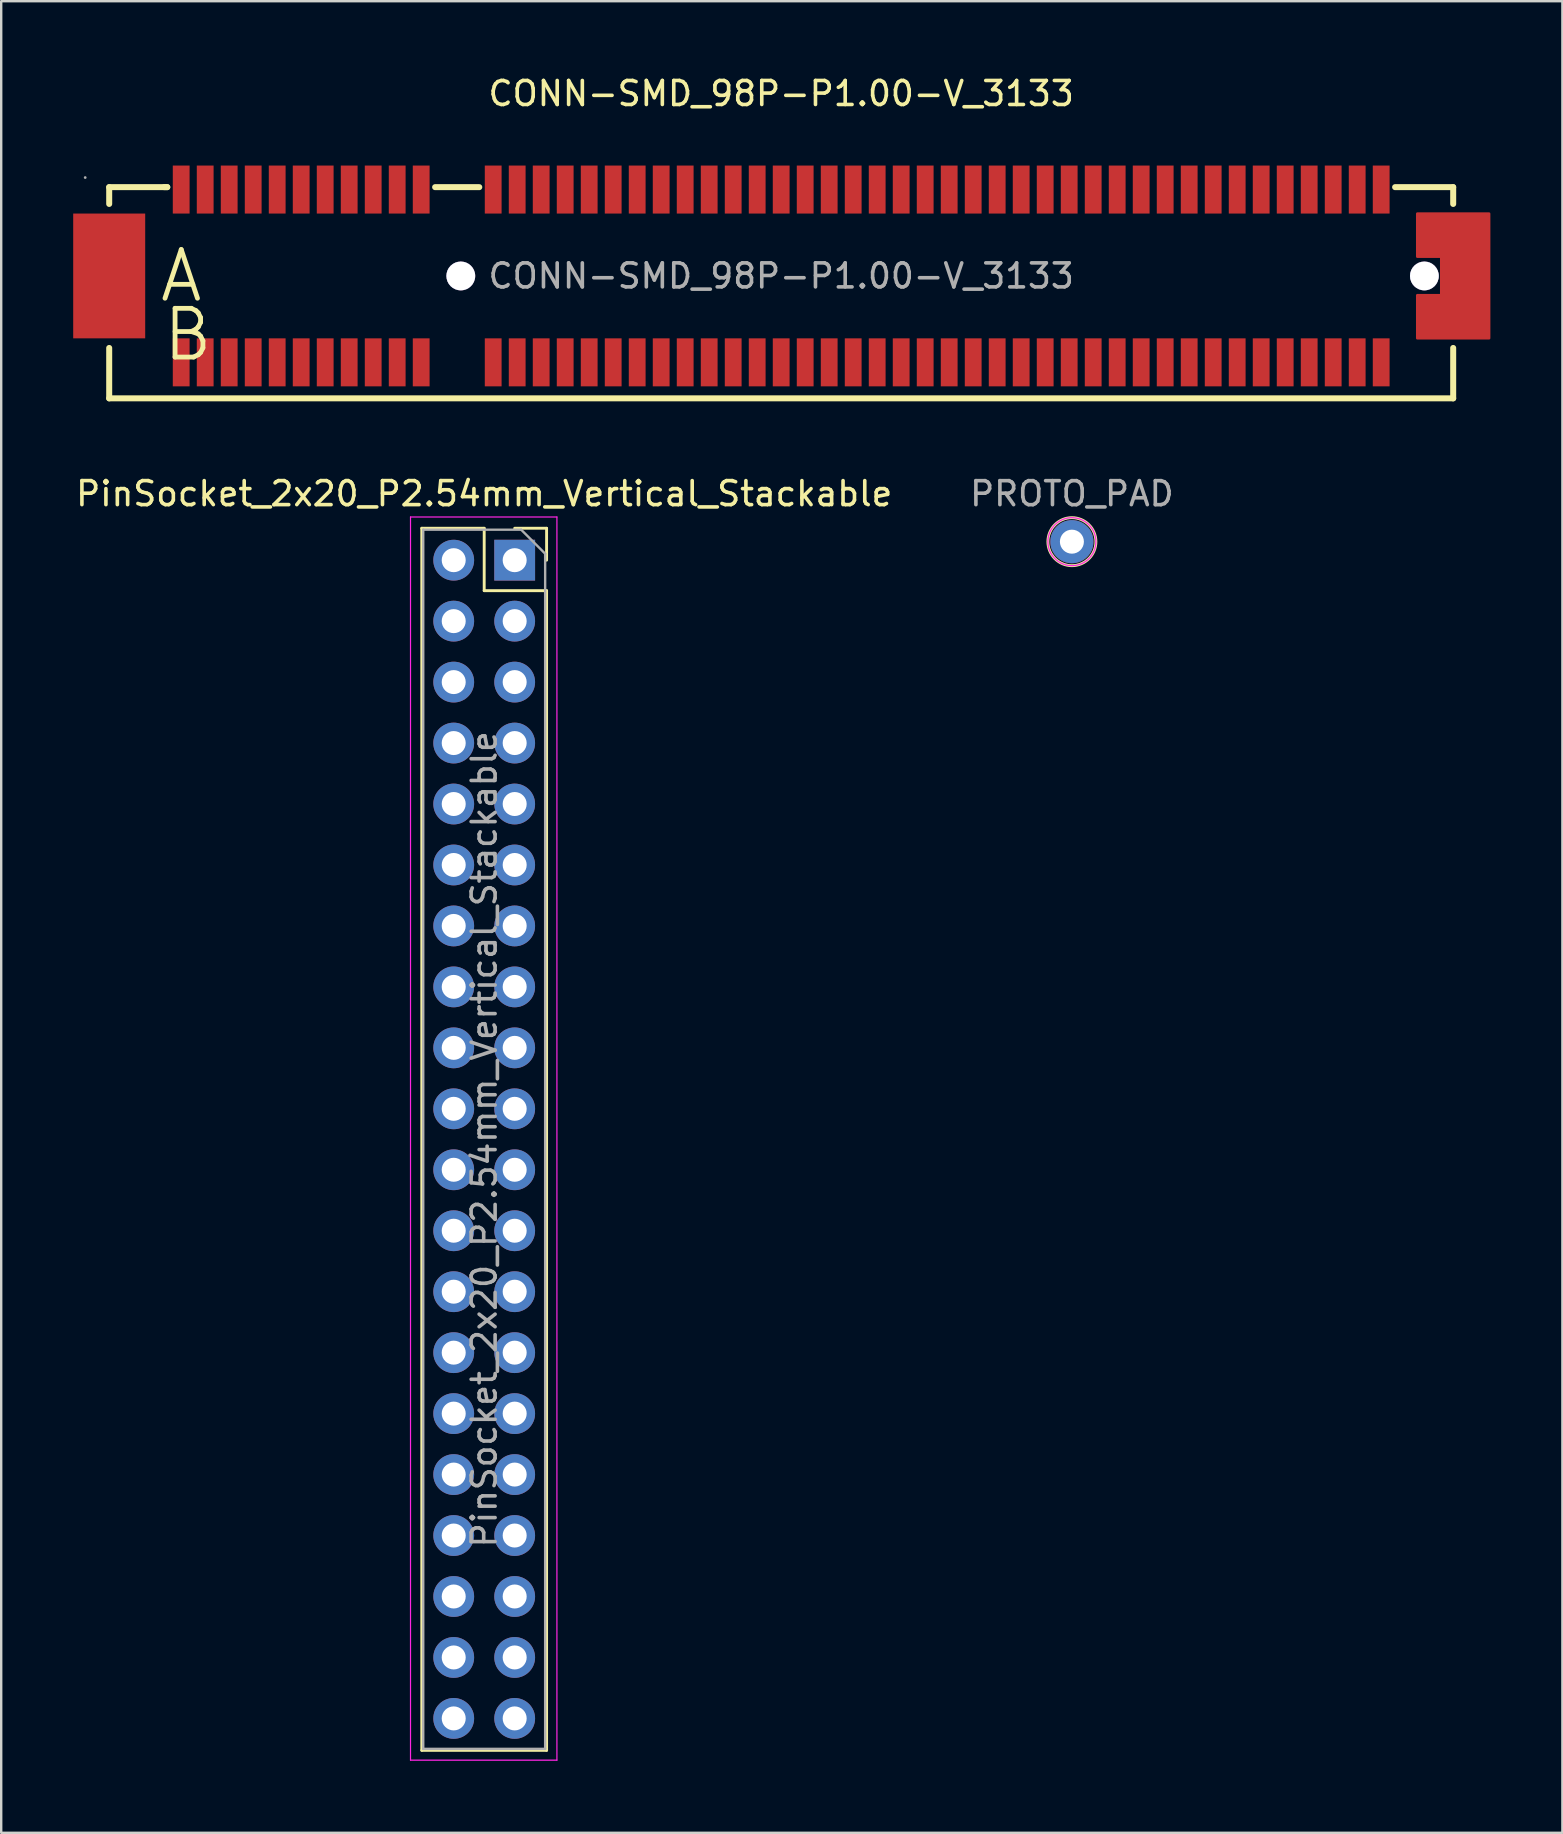
<source format=kicad_pcb>
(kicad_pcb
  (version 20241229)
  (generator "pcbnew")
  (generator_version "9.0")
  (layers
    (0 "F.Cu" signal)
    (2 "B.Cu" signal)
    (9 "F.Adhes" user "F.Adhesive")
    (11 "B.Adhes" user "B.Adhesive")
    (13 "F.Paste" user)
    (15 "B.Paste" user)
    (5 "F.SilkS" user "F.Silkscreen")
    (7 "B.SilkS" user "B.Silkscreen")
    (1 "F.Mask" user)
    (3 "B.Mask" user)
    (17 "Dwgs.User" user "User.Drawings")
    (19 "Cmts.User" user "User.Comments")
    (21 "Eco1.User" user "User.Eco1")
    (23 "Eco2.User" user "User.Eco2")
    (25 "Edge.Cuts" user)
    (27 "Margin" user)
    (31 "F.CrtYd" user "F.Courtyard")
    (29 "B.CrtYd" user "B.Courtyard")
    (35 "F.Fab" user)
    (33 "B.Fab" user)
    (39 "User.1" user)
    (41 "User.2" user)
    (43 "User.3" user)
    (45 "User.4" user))
  (footprint "PinSocket_2x20_P2.54mm_Vertical_Stackable"
    (layer "F.Cu")
    (at 18.395 20.291)
    (property "Reference" "PinSocket_2x20_P2.54mm_Vertical_Stackable" (at -1.27 -2.77 0) (layer "F.SilkS") (effects (font (size 1 1) (thickness 0.15))))
    (attr through_hole)
    (fp_line (start -3.87 -1.33) (end -3.87 49.59) (stroke (width 0.12) (type solid)) (layer "F.SilkS"))
    (fp_line (start -3.87 -1.33) (end -1.27 -1.33) (stroke (width 0.12) (type solid)) (layer "F.SilkS"))
    (fp_line (start -3.87 49.59) (end 1.33 49.59) (stroke (width 0.12) (type solid)) (layer "F.SilkS"))
    (fp_line (start -1.27 -1.33) (end -1.27 1.27) (stroke (width 0.12) (type solid)) (layer "F.SilkS"))
    (fp_line (start -1.27 1.27) (end 1.33 1.27) (stroke (width 0.12) (type solid)) (layer "F.SilkS"))
    (fp_line (start 0 -1.33) (end 1.33 -1.33) (stroke (width 0.12) (type solid)) (layer "F.SilkS"))
    (fp_line (start 1.33 -1.33) (end 1.33 0) (stroke (width 0.12) (type solid)) (layer "F.SilkS"))
    (fp_line (start 1.33 1.27) (end 1.33 49.59) (stroke (width 0.12) (type solid)) (layer "F.SilkS"))
    (fp_line (start -4.34 -1.8) (end 1.76 -1.8) (stroke (width 0.05) (type solid)) (layer "F.CrtYd"))
    (fp_line (start -4.34 50) (end -4.34 -1.8) (stroke (width 0.05) (type solid)) (layer "F.CrtYd"))
    (fp_line (start 1.76 -1.8) (end 1.76 50) (stroke (width 0.05) (type solid)) (layer "F.CrtYd"))
    (fp_line (start 1.76 50) (end -4.34 50) (stroke (width 0.05) (type solid)) (layer "F.CrtYd"))
    (fp_line (start -3.81 -1.27) (end 0.27 -1.27) (stroke (width 0.1) (type solid)) (layer "F.Fab"))
    (fp_line (start -3.81 49.53) (end -3.81 -1.27) (stroke (width 0.1) (type solid)) (layer "F.Fab"))
    (fp_line (start 0.27 -1.27) (end 1.27 -0.27) (stroke (width 0.1) (type solid)) (layer "F.Fab"))
    (fp_line (start 1.27 -0.27) (end 1.27 49.53) (stroke (width 0.1) (type solid)) (layer "F.Fab"))
    (fp_line (start 1.27 49.53) (end -3.81 49.53) (stroke (width 0.1) (type solid)) (layer "F.Fab"))
    (fp_text user "${REFERENCE}" (at -1.27 24.13 90) (layer "F.Fab") (effects (font (size 1 1) (thickness 0.15))))
    (pad "1" thru_hole rect (at 0 0) (size 1.7 1.7) (drill 1) (layers "*.Cu" "*.Mask"))
    (pad "2" thru_hole oval (at -2.54 0) (size 1.7 1.7) (drill 1) (layers "*.Cu" "*.Mask"))
    (pad "3" thru_hole oval (at 0 2.54) (size 1.7 1.7) (drill 1) (layers "*.Cu" "*.Mask"))
    (pad "4" thru_hole oval (at -2.54 2.54) (size 1.7 1.7) (drill 1) (layers "*.Cu" "*.Mask"))
    (pad "5" thru_hole oval (at 0 5.08) (size 1.7 1.7) (drill 1) (layers "*.Cu" "*.Mask"))
    (pad "6" thru_hole oval (at -2.54 5.08) (size 1.7 1.7) (drill 1) (layers "*.Cu" "*.Mask"))
    (pad "7" thru_hole oval (at 0 7.62) (size 1.7 1.7) (drill 1) (layers "*.Cu" "*.Mask"))
    (pad "8" thru_hole oval (at -2.54 7.62) (size 1.7 1.7) (drill 1) (layers "*.Cu" "*.Mask"))
    (pad "9" thru_hole oval (at 0 10.16) (size 1.7 1.7) (drill 1) (layers "*.Cu" "*.Mask"))
    (pad "10" thru_hole oval (at -2.54 10.16) (size 1.7 1.7) (drill 1) (layers "*.Cu" "*.Mask"))
    (pad "11" thru_hole oval (at 0 12.7) (size 1.7 1.7) (drill 1) (layers "*.Cu" "*.Mask"))
    (pad "12" thru_hole oval (at -2.54 12.7) (size 1.7 1.7) (drill 1) (layers "*.Cu" "*.Mask"))
    (pad "13" thru_hole oval (at 0 15.24) (size 1.7 1.7) (drill 1) (layers "*.Cu" "*.Mask"))
    (pad "14" thru_hole oval (at -2.54 15.24) (size 1.7 1.7) (drill 1) (layers "*.Cu" "*.Mask"))
    (pad "15" thru_hole oval (at 0 17.78) (size 1.7 1.7) (drill 1) (layers "*.Cu" "*.Mask"))
    (pad "16" thru_hole oval (at -2.54 17.78) (size 1.7 1.7) (drill 1) (layers "*.Cu" "*.Mask"))
    (pad "17" thru_hole oval (at 0 20.32) (size 1.7 1.7) (drill 1) (layers "*.Cu" "*.Mask"))
    (pad "18" thru_hole oval (at -2.54 20.32) (size 1.7 1.7) (drill 1) (layers "*.Cu" "*.Mask"))
    (pad "19" thru_hole oval (at 0 22.86) (size 1.7 1.7) (drill 1) (layers "*.Cu" "*.Mask"))
    (pad "20" thru_hole oval (at -2.54 22.86) (size 1.7 1.7) (drill 1) (layers "*.Cu" "*.Mask"))
    (pad "21" thru_hole oval (at 0 25.4) (size 1.7 1.7) (drill 1) (layers "*.Cu" "*.Mask"))
    (pad "22" thru_hole oval (at -2.54 25.4) (size 1.7 1.7) (drill 1) (layers "*.Cu" "*.Mask"))
    (pad "23" thru_hole oval (at 0 27.94) (size 1.7 1.7) (drill 1) (layers "*.Cu" "*.Mask"))
    (pad "24" thru_hole oval (at -2.54 27.94) (size 1.7 1.7) (drill 1) (layers "*.Cu" "*.Mask"))
    (pad "25" thru_hole oval (at 0 30.48) (size 1.7 1.7) (drill 1) (layers "*.Cu" "*.Mask"))
    (pad "26" thru_hole oval (at -2.54 30.48) (size 1.7 1.7) (drill 1) (layers "*.Cu" "*.Mask"))
    (pad "27" thru_hole oval (at 0 33.02) (size 1.7 1.7) (drill 1) (layers "*.Cu" "*.Mask"))
    (pad "28" thru_hole oval (at -2.54 33.02) (size 1.7 1.7) (drill 1) (layers "*.Cu" "*.Mask"))
    (pad "29" thru_hole oval (at 0 35.56) (size 1.7 1.7) (drill 1) (layers "*.Cu" "*.Mask"))
    (pad "30" thru_hole oval (at -2.54 35.56) (size 1.7 1.7) (drill 1) (layers "*.Cu" "*.Mask"))
    (pad "31" thru_hole oval (at 0 38.1) (size 1.7 1.7) (drill 1) (layers "*.Cu" "*.Mask"))
    (pad "32" thru_hole oval (at -2.54 38.1) (size 1.7 1.7) (drill 1) (layers "*.Cu" "*.Mask"))
    (pad "33" thru_hole oval (at 0 40.64) (size 1.7 1.7) (drill 1) (layers "*.Cu" "*.Mask"))
    (pad "34" thru_hole oval (at -2.54 40.64) (size 1.7 1.7) (drill 1) (layers "*.Cu" "*.Mask"))
    (pad "35" thru_hole oval (at 0 43.18) (size 1.7 1.7) (drill 1) (layers "*.Cu" "*.Mask"))
    (pad "36" thru_hole oval (at -2.54 43.18) (size 1.7 1.7) (drill 1) (layers "*.Cu" "*.Mask"))
    (pad "37" thru_hole oval (at 0 45.72) (size 1.7 1.7) (drill 1) (layers "*.Cu" "*.Mask"))
    (pad "38" thru_hole oval (at -2.54 45.72) (size 1.7 1.7) (drill 1) (layers "*.Cu" "*.Mask"))
    (pad "39" thru_hole oval (at 0 48.26) (size 1.7 1.7) (drill 1) (layers "*.Cu" "*.Mask"))
    (pad "40" thru_hole oval (at -2.54 48.26) (size 1.7 1.7) (drill 1) (layers "*.Cu" "*.Mask")))
  (footprint "PROTO_PAD"
    (layer "F.Cu")
    (at 41.613 19.52)
    (property "Reference" "PROTO_PAD" (at 0 -1.998 0) (layer "F.Fab") (effects (font (size 1 1) (thickness 0.15))))
    (attr through_hole exclude_from_pos_files exclude_from_bom)
    (fp_circle (center 0 0) (end 1 0) (stroke (width 0.12) (type solid)) (fill no) (layer "F.SilkS"))
    (fp_circle (center 0 0) (end 1 0) (stroke (width 0.05) (type solid)) (fill no) (layer "F.CrtYd"))
    (pad "1" thru_hole circle (at 0 0) (size 1.8 1.8) (drill 1) (layers "*.Cu" "*.Mask")))
  (footprint "CONN-SMD_98P-P1.00-V_3133"
    (layer "F.Cu")
    (at 29.5 8.448)
    (property "Reference" "CONN-SMD_98P-P1.00-V_3133" (at 0 -7.6 0) (layer "F.SilkS") (effects (font (size 1 1) (thickness 0.15))))
    (attr through_hole)
    (fp_line (start -28 -3.7) (end -28 -3) (stroke (width 0.25) (type solid)) (layer "F.SilkS"))
    (fp_line (start -28 -3.7) (end -25.58 -3.7) (stroke (width 0.25) (type solid)) (layer "F.SilkS"))
    (fp_line (start -28 5.1) (end -28 3) (stroke (width 0.25) (type solid)) (layer "F.SilkS"))
    (fp_line (start -28 5.1) (end 28 5.1) (stroke (width 0.25) (type solid)) (layer "F.SilkS"))
    (fp_line (start -25.71 -3.7) (end -25.58 -3.7) (stroke (width 0.25) (type solid)) (layer "F.SilkS"))
    (fp_line (start -14.42 -3.7) (end -12.58 -3.7) (stroke (width 0.25) (type solid)) (layer "F.SilkS"))
    (fp_line (start 25.58 -3.7) (end 28 -3.7) (stroke (width 0.25) (type solid)) (layer "F.SilkS"))
    (fp_line (start 28 -3.7) (end 28 -3) (stroke (width 0.25) (type solid)) (layer "F.SilkS"))
    (fp_line (start 28 5.1) (end 28 3) (stroke (width 0.25) (type solid)) (layer "F.SilkS"))
    (fp_circle (center -13.35 0) (end -13.1 0) (stroke (width 0.5) (type solid)) (fill no) (layer "Cmts.User"))
    (fp_circle (center 26.8 0) (end 27.05 0) (stroke (width 0.5) (type solid)) (fill no) (layer "Cmts.User"))
    (fp_circle (center -29 -4.1) (end -28.97 -4.1) (stroke (width 0.06) (type solid)) (fill no) (layer "F.Fab"))
    (fp_text user "A" (at -26 0 0) (layer "F.SilkS") (effects (font (size 2.03 2.03) (thickness 0.2)) (justify left)))
    (fp_text user "B" (at -25.87 2.45 0) (layer "F.SilkS") (effects (font (size 2.03 2.03) (thickness 0.2)) (justify left)))
    (fp_text user "${REFERENCE}" (at 0 0 0) (layer "F.Fab") (effects (font (size 1 1) (thickness 0.15))))
    (pad "" thru_hole circle (at -13.35 0) (size 1.2 1.2) (drill 1.2) (layers "*.Cu" "*.Mask"))
    (pad "" thru_hole circle (at 26.8 0) (size 1.2 1.2) (drill 1.2) (layers "*.Cu" "*.Mask"))
    (pad "50" smd rect (at -28 0) (size 3 5.2) (layers "F.Cu" "F.Mask" "F.Paste"))
    (pad "51" smd custom (at 28 0) (size 0.01 0.01) (layers "F.Cu" "F.Mask" "F.Paste") (options (anchor circle)) (primitives (gr_poly (pts (xy -1.5 -2.6) (xy 1.5 -2.6) (xy 1.5 2.6) (xy -1.5 2.6) (xy -1.5 0.8) (xy -0.5 0.8) (xy -0.5 -0.8) (xy -1.5 -0.8)) (width 0.1) (fill yes))))
    (pad "A1" smd rect (at -25 -3.6) (size 0.7 2) (layers "F.Cu" "F.Mask" "F.Paste"))
    (pad "A2" smd rect (at -24 -3.6) (size 0.7 2) (layers "F.Cu" "F.Mask" "F.Paste"))
    (pad "A3" smd rect (at -23 -3.6) (size 0.7 2) (layers "F.Cu" "F.Mask" "F.Paste"))
    (pad "A4" smd rect (at -22 -3.6) (size 0.7 2) (layers "F.Cu" "F.Mask" "F.Paste"))
    (pad "A5" smd rect (at -21 -3.6) (size 0.7 2) (layers "F.Cu" "F.Mask" "F.Paste"))
    (pad "A6" smd rect (at -20 -3.6) (size 0.7 2) (layers "F.Cu" "F.Mask" "F.Paste"))
    (pad "A7" smd rect (at -19 -3.6) (size 0.7 2) (layers "F.Cu" "F.Mask" "F.Paste"))
    (pad "A8" smd rect (at -18 -3.6) (size 0.7 2) (layers "F.Cu" "F.Mask" "F.Paste"))
    (pad "A9" smd rect (at -17 -3.6) (size 0.7 2) (layers "F.Cu" "F.Mask" "F.Paste"))
    (pad "A10" smd rect (at -16 -3.6) (size 0.7 2) (layers "F.Cu" "F.Mask" "F.Paste"))
    (pad "A11" smd rect (at -15 -3.6) (size 0.7 2) (layers "F.Cu" "F.Mask" "F.Paste"))
    (pad "A12" smd rect (at -12 -3.6) (size 0.7 2) (layers "F.Cu" "F.Mask" "F.Paste"))
    (pad "A13" smd rect (at -11 -3.6) (size 0.7 2) (layers "F.Cu" "F.Mask" "F.Paste"))
    (pad "A14" smd rect (at -10 -3.6) (size 0.7 2) (layers "F.Cu" "F.Mask" "F.Paste"))
    (pad "A15" smd rect (at -9 -3.6) (size 0.7 2) (layers "F.Cu" "F.Mask" "F.Paste"))
    (pad "A16" smd rect (at -8 -3.6) (size 0.7 2) (layers "F.Cu" "F.Mask" "F.Paste"))
    (pad "A17" smd rect (at -7 -3.6) (size 0.7 2) (layers "F.Cu" "F.Mask" "F.Paste"))
    (pad "A18" smd rect (at -6 -3.6) (size 0.7 2) (layers "F.Cu" "F.Mask" "F.Paste"))
    (pad "A19" smd rect (at -5 -3.6) (size 0.7 2) (layers "F.Cu" "F.Mask" "F.Paste"))
    (pad "A20" smd rect (at -4 -3.6) (size 0.7 2) (layers "F.Cu" "F.Mask" "F.Paste"))
    (pad "A21" smd rect (at -3 -3.6) (size 0.7 2) (layers "F.Cu" "F.Mask" "F.Paste"))
    (pad "A22" smd rect (at -2 -3.6) (size 0.7 2) (layers "F.Cu" "F.Mask" "F.Paste"))
    (pad "A23" smd rect (at -1 -3.6) (size 0.7 2) (layers "F.Cu" "F.Mask" "F.Paste"))
    (pad "A24" smd rect (at 0 -3.6) (size 0.7 2) (layers "F.Cu" "F.Mask" "F.Paste"))
    (pad "A25" smd rect (at 1 -3.6) (size 0.7 2) (layers "F.Cu" "F.Mask" "F.Paste"))
    (pad "A26" smd rect (at 2 -3.6) (size 0.7 2) (layers "F.Cu" "F.Mask" "F.Paste"))
    (pad "A27" smd rect (at 3 -3.6) (size 0.7 2) (layers "F.Cu" "F.Mask" "F.Paste"))
    (pad "A28" smd rect (at 4 -3.6) (size 0.7 2) (layers "F.Cu" "F.Mask" "F.Paste"))
    (pad "A29" smd rect (at 5 -3.6) (size 0.7 2) (layers "F.Cu" "F.Mask" "F.Paste"))
    (pad "A30" smd rect (at 6 -3.6) (size 0.7 2) (layers "F.Cu" "F.Mask" "F.Paste"))
    (pad "A31" smd rect (at 7 -3.6) (size 0.7 2) (layers "F.Cu" "F.Mask" "F.Paste"))
    (pad "A32" smd rect (at 8 -3.6) (size 0.7 2) (layers "F.Cu" "F.Mask" "F.Paste"))
    (pad "A33" smd rect (at 9 -3.6) (size 0.7 2) (layers "F.Cu" "F.Mask" "F.Paste"))
    (pad "A34" smd rect (at 10 -3.6) (size 0.7 2) (layers "F.Cu" "F.Mask" "F.Paste"))
    (pad "A35" smd rect (at 11 -3.6) (size 0.7 2) (layers "F.Cu" "F.Mask" "F.Paste"))
    (pad "A36" smd rect (at 12 -3.6) (size 0.7 2) (layers "F.Cu" "F.Mask" "F.Paste"))
    (pad "A37" smd rect (at 13 -3.6) (size 0.7 2) (layers "F.Cu" "F.Mask" "F.Paste"))
    (pad "A38" smd rect (at 14 -3.6) (size 0.7 2) (layers "F.Cu" "F.Mask" "F.Paste"))
    (pad "A39" smd rect (at 15 -3.6) (size 0.7 2) (layers "F.Cu" "F.Mask" "F.Paste"))
    (pad "A40" smd rect (at 16 -3.6) (size 0.7 2) (layers "F.Cu" "F.Mask" "F.Paste"))
    (pad "A41" smd rect (at 17 -3.6) (size 0.7 2) (layers "F.Cu" "F.Mask" "F.Paste"))
    (pad "A42" smd rect (at 18 -3.6) (size 0.7 2) (layers "F.Cu" "F.Mask" "F.Paste"))
    (pad "A43" smd rect (at 19 -3.6) (size 0.7 2) (layers "F.Cu" "F.Mask" "F.Paste"))
    (pad "A44" smd rect (at 20 -3.6) (size 0.7 2) (layers "F.Cu" "F.Mask" "F.Paste"))
    (pad "A45" smd rect (at 21 -3.6) (size 0.7 2) (layers "F.Cu" "F.Mask" "F.Paste"))
    (pad "A46" smd rect (at 22 -3.6) (size 0.7 2) (layers "F.Cu" "F.Mask" "F.Paste"))
    (pad "A47" smd rect (at 23 -3.6) (size 0.7 2) (layers "F.Cu" "F.Mask" "F.Paste"))
    (pad "A48" smd rect (at 24 -3.6) (size 0.7 2) (layers "F.Cu" "F.Mask" "F.Paste"))
    (pad "A49" smd rect (at 25 -3.6) (size 0.7 2) (layers "F.Cu" "F.Mask" "F.Paste"))
    (pad "B1" smd rect (at -25 3.6) (size 0.7 2) (layers "F.Cu" "F.Mask" "F.Paste"))
    (pad "B2" smd rect (at -24 3.6) (size 0.7 2) (layers "F.Cu" "F.Mask" "F.Paste"))
    (pad "B3" smd rect (at -23 3.6) (size 0.7 2) (layers "F.Cu" "F.Mask" "F.Paste"))
    (pad "B4" smd rect (at -22 3.6) (size 0.7 2) (layers "F.Cu" "F.Mask" "F.Paste"))
    (pad "B5" smd rect (at -21 3.6) (size 0.7 2) (layers "F.Cu" "F.Mask" "F.Paste"))
    (pad "B6" smd rect (at -20 3.6) (size 0.7 2) (layers "F.Cu" "F.Mask" "F.Paste"))
    (pad "B7" smd rect (at -19 3.6) (size 0.7 2) (layers "F.Cu" "F.Mask" "F.Paste"))
    (pad "B8" smd rect (at -18 3.6) (size 0.7 2) (layers "F.Cu" "F.Mask" "F.Paste"))
    (pad "B9" smd rect (at -17 3.6) (size 0.7 2) (layers "F.Cu" "F.Mask" "F.Paste"))
    (pad "B10" smd rect (at -16 3.6) (size 0.7 2) (layers "F.Cu" "F.Mask" "F.Paste"))
    (pad "B11" smd rect (at -15 3.6) (size 0.7 2) (layers "F.Cu" "F.Mask" "F.Paste"))
    (pad "B12" smd rect (at -12 3.6) (size 0.7 2) (layers "F.Cu" "F.Mask" "F.Paste"))
    (pad "B13" smd rect (at -11 3.6) (size 0.7 2) (layers "F.Cu" "F.Mask" "F.Paste"))
    (pad "B14" smd rect (at -10 3.6) (size 0.7 2) (layers "F.Cu" "F.Mask" "F.Paste"))
    (pad "B15" smd rect (at -9 3.6) (size 0.7 2) (layers "F.Cu" "F.Mask" "F.Paste"))
    (pad "B16" smd rect (at -8 3.6) (size 0.7 2) (layers "F.Cu" "F.Mask" "F.Paste"))
    (pad "B17" smd rect (at -7 3.6) (size 0.7 2) (layers "F.Cu" "F.Mask" "F.Paste"))
    (pad "B18" smd rect (at -6 3.6) (size 0.7 2) (layers "F.Cu" "F.Mask" "F.Paste"))
    (pad "B19" smd rect (at -5 3.6) (size 0.7 2) (layers "F.Cu" "F.Mask" "F.Paste"))
    (pad "B20" smd rect (at -4 3.6) (size 0.7 2) (layers "F.Cu" "F.Mask" "F.Paste"))
    (pad "B21" smd rect (at -3 3.6) (size 0.7 2) (layers "F.Cu" "F.Mask" "F.Paste"))
    (pad "B22" smd rect (at -2 3.6) (size 0.7 2) (layers "F.Cu" "F.Mask" "F.Paste"))
    (pad "B23" smd rect (at -1 3.6) (size 0.7 2) (layers "F.Cu" "F.Mask" "F.Paste"))
    (pad "B24" smd rect (at 0 3.6) (size 0.7 2) (layers "F.Cu" "F.Mask" "F.Paste"))
    (pad "B25" smd rect (at 1 3.6) (size 0.7 2) (layers "F.Cu" "F.Mask" "F.Paste"))
    (pad "B26" smd rect (at 2 3.6) (size 0.7 2) (layers "F.Cu" "F.Mask" "F.Paste"))
    (pad "B27" smd rect (at 3 3.6) (size 0.7 2) (layers "F.Cu" "F.Mask" "F.Paste"))
    (pad "B28" smd rect (at 4 3.6) (size 0.7 2) (layers "F.Cu" "F.Mask" "F.Paste"))
    (pad "B29" smd rect (at 5 3.6) (size 0.7 2) (layers "F.Cu" "F.Mask" "F.Paste"))
    (pad "B30" smd rect (at 6 3.6) (size 0.7 2) (layers "F.Cu" "F.Mask" "F.Paste"))
    (pad "B31" smd rect (at 7 3.6) (size 0.7 2) (layers "F.Cu" "F.Mask" "F.Paste"))
    (pad "B32" smd rect (at 8 3.6) (size 0.7 2) (layers "F.Cu" "F.Mask" "F.Paste"))
    (pad "B33" smd rect (at 9 3.6) (size 0.7 2) (layers "F.Cu" "F.Mask" "F.Paste"))
    (pad "B34" smd rect (at 10 3.6) (size 0.7 2) (layers "F.Cu" "F.Mask" "F.Paste"))
    (pad "B35" smd rect (at 11 3.6) (size 0.7 2) (layers "F.Cu" "F.Mask" "F.Paste"))
    (pad "B36" smd rect (at 12 3.6) (size 0.7 2) (layers "F.Cu" "F.Mask" "F.Paste"))
    (pad "B37" smd rect (at 13 3.6) (size 0.7 2) (layers "F.Cu" "F.Mask" "F.Paste"))
    (pad "B38" smd rect (at 14 3.6) (size 0.7 2) (layers "F.Cu" "F.Mask" "F.Paste"))
    (pad "B39" smd rect (at 15 3.6) (size 0.7 2) (layers "F.Cu" "F.Mask" "F.Paste"))
    (pad "B40" smd rect (at 16 3.6) (size 0.7 2) (layers "F.Cu" "F.Mask" "F.Paste"))
    (pad "B41" smd rect (at 17 3.6) (size 0.7 2) (layers "F.Cu" "F.Mask" "F.Paste"))
    (pad "B42" smd rect (at 18 3.6) (size 0.7 2) (layers "F.Cu" "F.Mask" "F.Paste"))
    (pad "B43" smd rect (at 19 3.6) (size 0.7 2) (layers "F.Cu" "F.Mask" "F.Paste"))
    (pad "B44" smd rect (at 20 3.6) (size 0.7 2) (layers "F.Cu" "F.Mask" "F.Paste"))
    (pad "B45" smd rect (at 21 3.6) (size 0.7 2) (layers "F.Cu" "F.Mask" "F.Paste"))
    (pad "B46" smd rect (at 22 3.6) (size 0.7 2) (layers "F.Cu" "F.Mask" "F.Paste"))
    (pad "B47" smd rect (at 23 3.6) (size 0.7 2) (layers "F.Cu" "F.Mask" "F.Paste"))
    (pad "B48" smd rect (at 24 3.6) (size 0.7 2) (layers "F.Cu" "F.Mask" "F.Paste"))
    (pad "B49" smd rect (at 25 3.6) (size 0.7 2) (layers "F.Cu" "F.Mask" "F.Paste")))
  (gr_rect
    (start -3 -3)
    (end 62.05 73.317)
    (stroke (width 0.1) (type default))
    (fill no)
    (layer "Edge.Cuts")))
</source>
